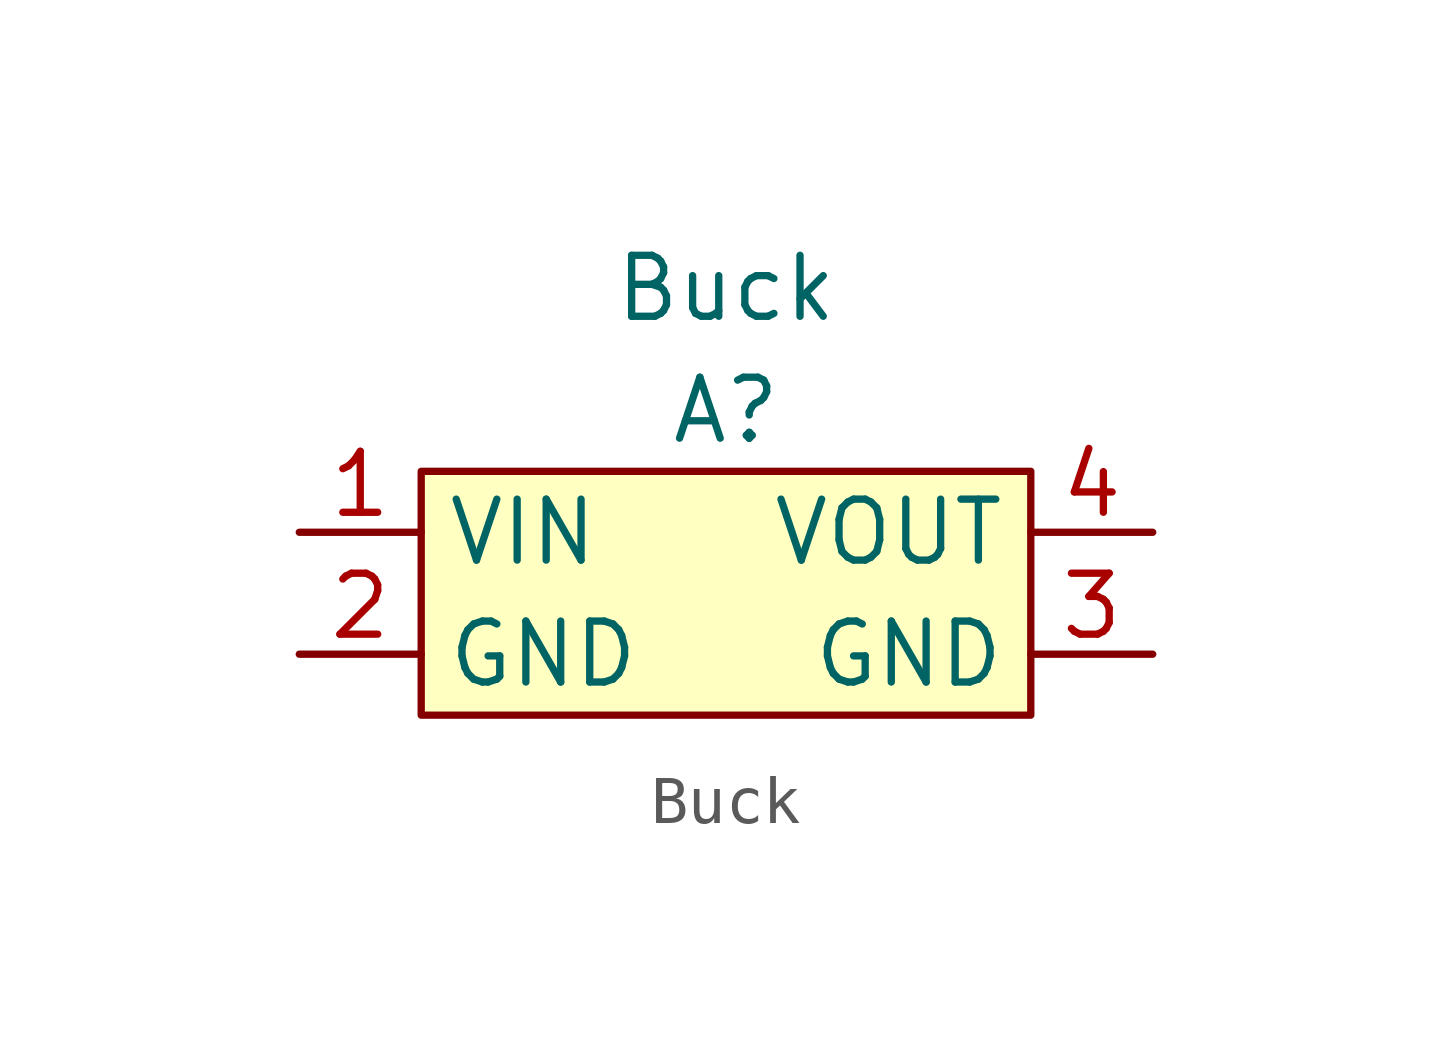
<source format=kicad_sym>
(kicad_symbol_lib
  (version 20211014)
  (generator kicad_symbol_editor)
  (symbol "Buck"
    (property "Reference" "A"
      (at 0 1.27 0)
      (effects (font (size 1.27 1.27))))
    (property "Value" "Buck"
      (at 0 3.81 0)
      (effects (font (size 1.27 1.27))))
    (symbol "Buck_0_1"
      (rectangle (start -6.35 0) (end 6.35 -5.08) (stroke (width 0) (type default) (color 0 0 0 0)) (fill (type background))))
    (symbol "Buck_1_1"
      (pin input line (at -8.89 -1.27 0) (length 2.54) (name "VIN" (effects (font (size 1.27 1.27)))) (number "1" (effects (font (size 1.27 1.27)))))
      (pin input line (at -8.89 -3.81 0) (length 2.54) (name "GND" (effects (font (size 1.27 1.27)))) (number "2" (effects (font (size 1.27 1.27)))))
      (pin input line (at 8.89 -3.81 180) (length 2.54) (name "GND" (effects (font (size 1.27 1.27)))) (number "3" (effects (font (size 1.27 1.27)))))
      (pin input line (at 8.89 -1.27 180) (length 2.54) (name "VOUT" (effects (font (size 1.27 1.27)))) (number "4" (effects (font (size 1.27 1.27))))))))
</source>
